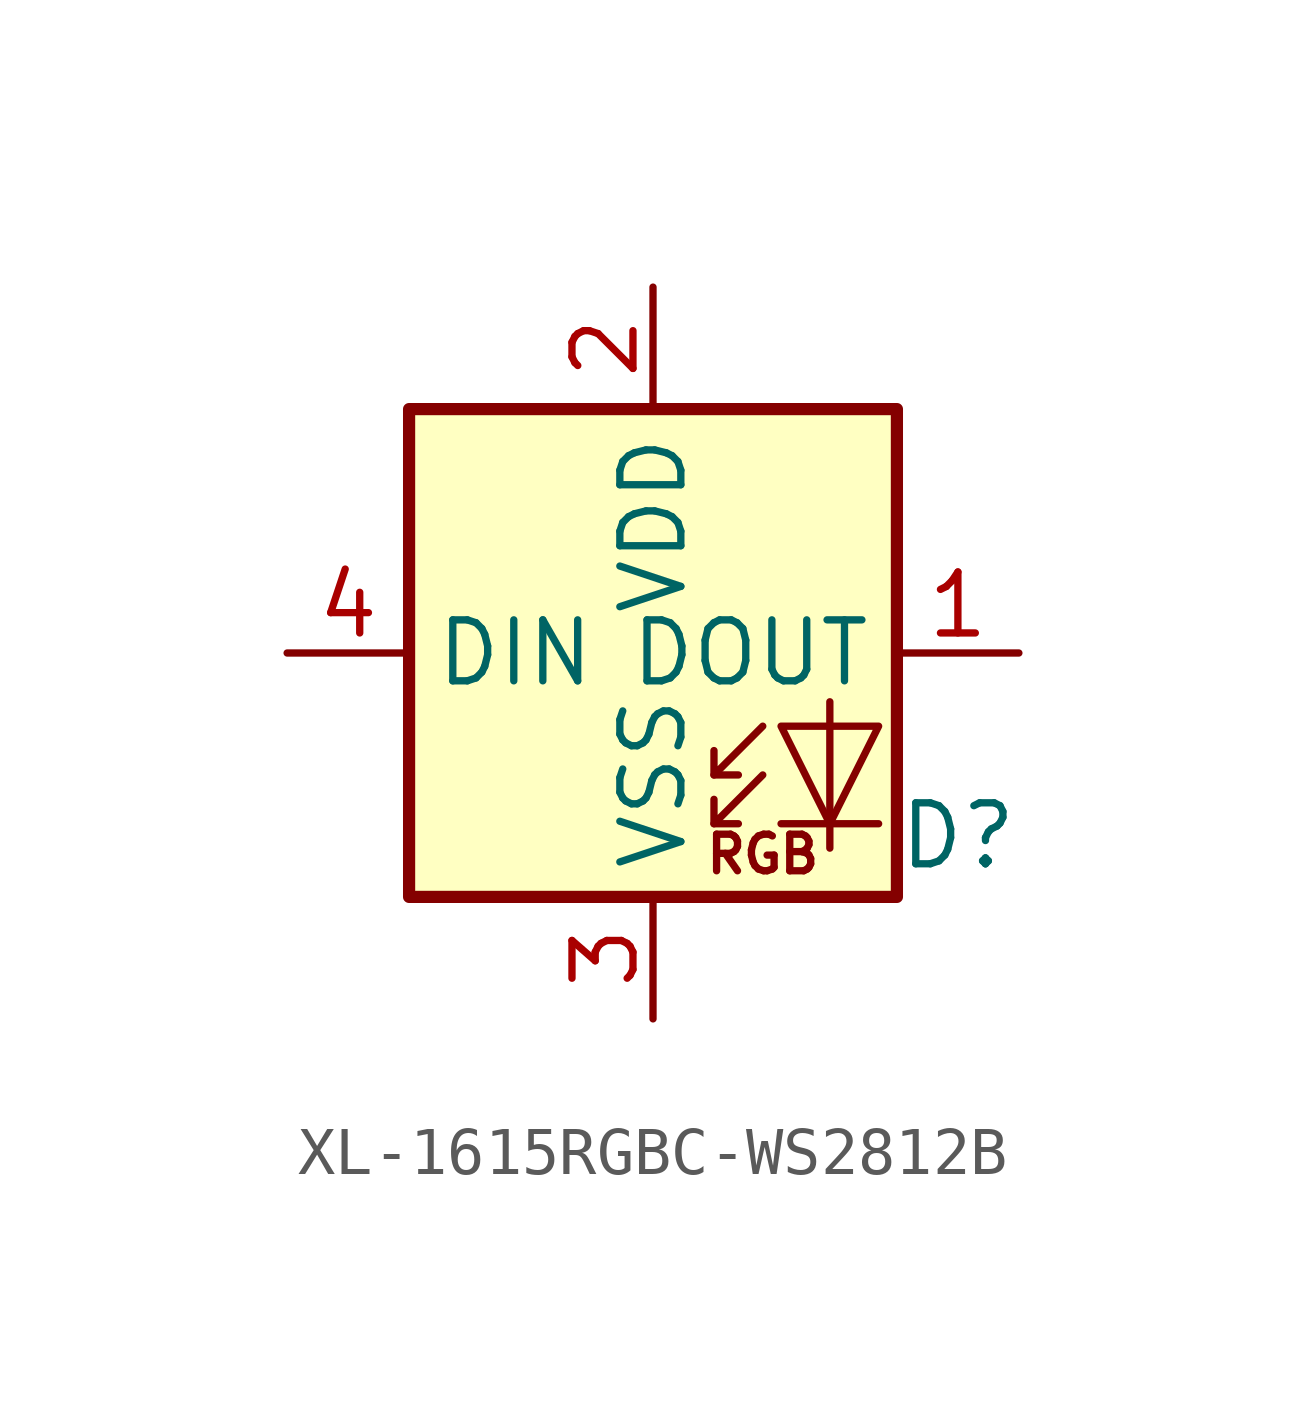
<source format=kicad_sym>
(kicad_symbol_lib
  (version 20220914)
  (generator kicad_symbol_editor)
  (symbol "XL-1615RGBC-WS2812B"
    (property "Reference" "D"
      (at 6.35 -3.81 0)
      (effects (font (size 1.27 1.27))))
    (property "Value" ""
      (at 0 0 0)
      (effects (font (size 1.27 1.27))))
    (symbol "XL-1615RGBC-WS2812B_0_0"
      (text "RGB" (at 2.286 -4.191 0) (effects (font (size 0.762 0.762)))))
    (symbol "XL-1615RGBC-WS2812B_0_1"
      (rectangle (start -5.08 5.08) (end 5.08 -5.08) (stroke (width 0.254) (type default)) (fill (type background)))
      (polyline (pts (xy 1.27 -3.556) (xy 1.778 -3.556)) (stroke (width 0) (type default)) (fill (type none)))
      (polyline (pts (xy 1.27 -2.54) (xy 1.778 -2.54)) (stroke (width 0) (type default)) (fill (type none)))
      (polyline (pts (xy 4.699 -3.556) (xy 2.667 -3.556)) (stroke (width 0) (type default)) (fill (type none)))
      (polyline (pts (xy 2.286 -2.54) (xy 1.27 -3.556) (xy 1.27 -3.048)) (stroke (width 0) (type default)) (fill (type none)))
      (polyline (pts (xy 2.286 -1.524) (xy 1.27 -2.54) (xy 1.27 -2.032)) (stroke (width 0) (type default)) (fill (type none)))
      (polyline (pts (xy 3.683 -1.016) (xy 3.683 -3.556) (xy 3.683 -4.064)) (stroke (width 0) (type default)) (fill (type none)))
      (polyline (pts (xy 4.699 -1.524) (xy 2.667 -1.524) (xy 3.683 -3.556) (xy 4.699 -1.524)) (stroke (width 0) (type default)) (fill (type none))))
    (symbol "XL-1615RGBC-WS2812B_1_1"
      (pin output line (at 7.62 0 180) (length 2.54) (name "DOUT" (effects (font (size 1.27 1.27)))) (number "1" (effects (font (size 1.27 1.27)))))
      (pin power_in line (at 0 7.62 270) (length 2.54) (name "VDD" (effects (font (size 1.27 1.27)))) (number "2" (effects (font (size 1.27 1.27)))))
      (pin power_in line (at 0 -7.62 90) (length 2.54) (name "VSS" (effects (font (size 1.27 1.27)))) (number "3" (effects (font (size 1.27 1.27)))))
      (pin input line (at -7.62 0 0) (length 2.54) (name "DIN" (effects (font (size 1.27 1.27)))) (number "4" (effects (font (size 1.27 1.27))))))))
</source>
